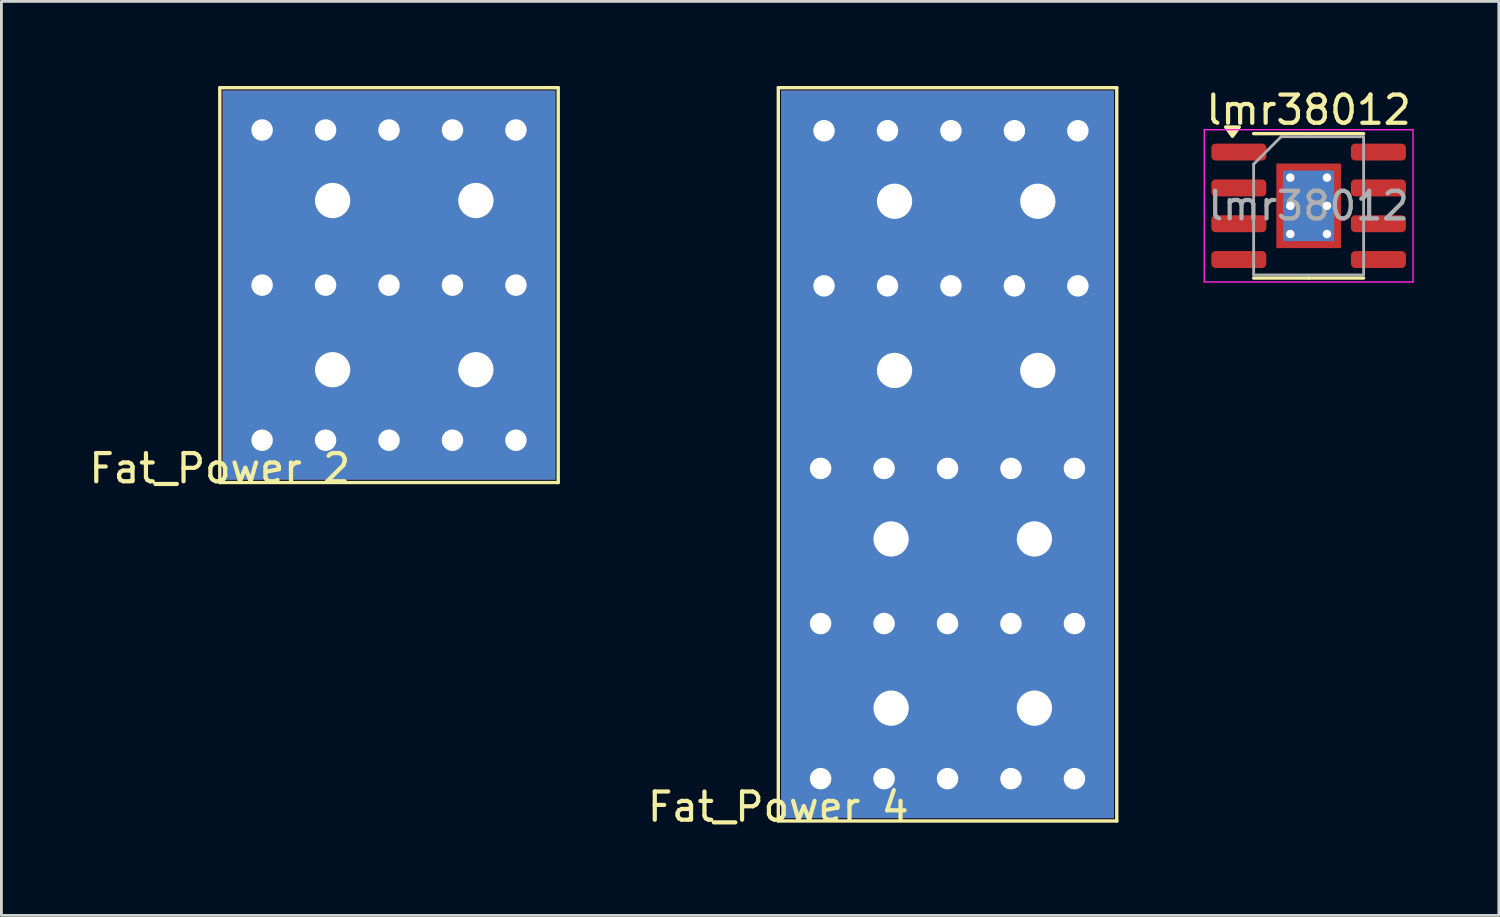
<source format=kicad_pcb>
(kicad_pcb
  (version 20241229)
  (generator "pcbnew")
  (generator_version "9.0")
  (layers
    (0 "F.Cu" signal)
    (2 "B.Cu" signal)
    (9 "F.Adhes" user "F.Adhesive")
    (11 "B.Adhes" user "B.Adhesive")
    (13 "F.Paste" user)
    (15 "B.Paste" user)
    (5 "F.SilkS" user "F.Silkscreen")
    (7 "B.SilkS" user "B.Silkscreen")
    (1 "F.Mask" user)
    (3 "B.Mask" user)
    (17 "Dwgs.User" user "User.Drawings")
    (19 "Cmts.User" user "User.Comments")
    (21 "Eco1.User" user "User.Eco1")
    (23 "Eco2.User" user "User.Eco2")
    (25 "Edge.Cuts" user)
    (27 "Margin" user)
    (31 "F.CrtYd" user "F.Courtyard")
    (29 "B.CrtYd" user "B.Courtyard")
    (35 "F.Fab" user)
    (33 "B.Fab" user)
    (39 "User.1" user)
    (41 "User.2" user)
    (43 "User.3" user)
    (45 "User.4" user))
  (footprint "lmr38012"
    (layer "F.Cu")
    (at 43.352 4.248)
    (property "Reference" "lmr38012" (at 0 -3.4 0) (layer "F.SilkS") (effects (font (size 1 1) (thickness 0.15))))
    (attr smd)
    (fp_line (start 0 -2.56) (end -1.95 -2.56) (stroke (width 0.12) (type solid)) (layer "F.SilkS"))
    (fp_line (start 0 -2.56) (end 1.95 -2.56) (stroke (width 0.12) (type solid)) (layer "F.SilkS"))
    (fp_line (start 0 2.56) (end -1.95 2.56) (stroke (width 0.12) (type solid)) (layer "F.SilkS"))
    (fp_line (start 0 2.56) (end 1.95 2.56) (stroke (width 0.12) (type solid)) (layer "F.SilkS"))
    (fp_poly (pts (xy -2.7 -2.465) (xy -2.94 -2.795) (xy -2.46 -2.795) (xy -2.7 -2.465)) (stroke (width 0.12) (type solid)) (fill yes) (layer "F.SilkS"))
    (fp_line (start -3.7 -2.7) (end -3.7 2.7) (stroke (width 0.05) (type solid)) (layer "F.CrtYd"))
    (fp_line (start -3.7 2.7) (end 3.7 2.7) (stroke (width 0.05) (type solid)) (layer "F.CrtYd"))
    (fp_line (start 3.7 -2.7) (end -3.7 -2.7) (stroke (width 0.05) (type solid)) (layer "F.CrtYd"))
    (fp_line (start 3.7 2.7) (end 3.7 -2.7) (stroke (width 0.05) (type solid)) (layer "F.CrtYd"))
    (fp_line (start -1.95 -1.475) (end -0.975 -2.45) (stroke (width 0.1) (type solid)) (layer "F.Fab"))
    (fp_line (start -1.95 2.45) (end -1.95 -1.475) (stroke (width 0.1) (type solid)) (layer "F.Fab"))
    (fp_line (start -0.975 -2.45) (end 1.95 -2.45) (stroke (width 0.1) (type solid)) (layer "F.Fab"))
    (fp_line (start 1.95 -2.45) (end 1.95 2.45) (stroke (width 0.1) (type solid)) (layer "F.Fab"))
    (fp_line (start 1.95 2.45) (end -1.95 2.45) (stroke (width 0.1) (type solid)) (layer "F.Fab"))
    (fp_text user "${REFERENCE}" (at 0 0 0) (layer "F.Fab") (effects (font (size 0.98 0.98) (thickness 0.15))))
    (pad "" smd roundrect (at -0.57 -0.75) (size 0.96 1.25) (layers "F.Paste") (roundrect_rratio 0.25))
    (pad "" smd roundrect (at -0.57 0.75) (size 0.96 1.25) (layers "F.Paste") (roundrect_rratio 0.25))
    (pad "" smd roundrect (at 0.57 -0.75) (size 0.96 1.25) (layers "F.Paste") (roundrect_rratio 0.25))
    (pad "" smd roundrect (at 0.57 0.75) (size 0.96 1.25) (layers "F.Paste") (roundrect_rratio 0.25))
    (pad "1" smd roundrect (at -2.475 -1.905) (size 1.95 0.6) (layers "F.Cu" "F.Mask" "F.Paste") (roundrect_rratio 0.25))
    (pad "2" smd roundrect (at -2.475 -0.635) (size 1.95 0.6) (layers "F.Cu" "F.Mask" "F.Paste") (roundrect_rratio 0.25))
    (pad "3" smd roundrect (at -2.475 0.635) (size 1.95 0.6) (layers "F.Cu" "F.Mask" "F.Paste") (roundrect_rratio 0.25))
    (pad "4" smd roundrect (at -2.475 1.905) (size 1.95 0.6) (layers "F.Cu" "F.Mask" "F.Paste") (roundrect_rratio 0.25))
    (pad "5" smd roundrect (at 2.475 1.905) (size 1.95 0.6) (layers "F.Cu" "F.Mask" "F.Paste") (roundrect_rratio 0.25))
    (pad "6" smd roundrect (at 2.475 0.635) (size 1.95 0.6) (layers "F.Cu" "F.Mask" "F.Paste") (roundrect_rratio 0.25))
    (pad "7" smd roundrect (at 2.475 -0.635) (size 1.95 0.6) (layers "F.Cu" "F.Mask" "F.Paste") (roundrect_rratio 0.25))
    (pad "8" smd roundrect (at 2.475 -1.905) (size 1.95 0.6) (layers "F.Cu" "F.Mask" "F.Paste") (roundrect_rratio 0.25))
    (pad "9" thru_hole circle (at -0.65 -1) (size 0.5 0.5) (drill 0.3) (property pad_prop_heatsink) (layers "*.Cu"))
    (pad "9" thru_hole circle (at -0.65 0) (size 0.5 0.5) (drill 0.3) (property pad_prop_heatsink) (layers "*.Cu"))
    (pad "9" thru_hole circle (at -0.65 1) (size 0.5 0.5) (drill 0.3) (property pad_prop_heatsink) (layers "*.Cu"))
    (pad "9" smd rect (at 0 0) (size 1.8 2.5) (property pad_prop_heatsink) (layers "B.Cu"))
    (pad "9" smd rect (at 0 0) (size 2.29 3) (property pad_prop_heatsink) (layers "F.Cu" "F.Mask"))
    (pad "9" thru_hole circle (at 0.65 -1) (size 0.5 0.5) (drill 0.3) (property pad_prop_heatsink) (layers "*.Cu"))
    (pad "9" thru_hole circle (at 0.65 0) (size 0.5 0.5) (drill 0.3) (property pad_prop_heatsink) (layers "*.Cu"))
    (pad "9" thru_hole circle (at 0.65 1) (size 0.5 0.5) (drill 0.3) (property pad_prop_heatsink) (layers "*.Cu")))
  (footprint "Fat_Power 2"
    (layer "F.Cu")
    (at 4.744 14.06)
    (property "Reference" "Fat_Power 2" (at 0 -0.5 0) (unlocked yes) (layer "F.SilkS") (effects (font (size 1 1) (thickness 0.15))))
    (attr through_hole)
    (fp_line (start 0 -14) (end 12 -14) (stroke (width 0.12) (type default)) (layer "F.SilkS"))
    (fp_line (start 0 0) (end 0 -14) (stroke (width 0.12) (type default)) (layer "F.SilkS"))
    (fp_line (start 12 -14) (end 12 0) (stroke (width 0.12) (type default)) (layer "F.SilkS"))
    (fp_line (start 12 0) (end 0 0) (stroke (width 0.12) (type default)) (layer "F.SilkS"))
    (pad "1" thru_hole circle (at 1.5 -12.5) (size 1.524 1.524) (drill 0.762) (layers "*.Cu" "*.Mask"))
    (pad "1" thru_hole circle (at 1.5 -7) (size 1.524 1.524) (drill 0.762) (layers "*.Cu" "*.Mask"))
    (pad "1" thru_hole circle (at 1.5 -1.5) (size 1.524 1.524) (drill 0.762) (layers "*.Cu" "*.Mask"))
    (pad "1" thru_hole circle (at 3.75 -12.5) (size 1.524 1.524) (drill 0.762) (layers "*.Cu" "*.Mask"))
    (pad "1" thru_hole circle (at 3.75 -7) (size 1.524 1.524) (drill 0.762) (layers "*.Cu" "*.Mask"))
    (pad "1" thru_hole circle (at 3.75 -1.5) (size 1.524 1.524) (drill 0.762) (layers "*.Cu" "*.Mask"))
    (pad "1" thru_hole circle (at 4 -10) (size 2.5 2.5) (drill 1.25) (layers "*.Cu" "*.Mask"))
    (pad "1" thru_hole circle (at 4 -4) (size 2.5 2.5) (drill 1.25) (layers "*.Cu" "*.Mask"))
    (pad "1" thru_hole circle (at 6 -12.5) (size 1.524 1.524) (drill 0.762) (layers "*.Cu" "*.Mask"))
    (pad "1" thru_hole circle (at 6 -7) (size 1.524 1.524) (drill 0.762) (layers "*.Cu" "*.Mask"))
    (pad "1" smd rect (at 6 -7) (size 11.8 13.8) (layers "F.Cu" "F.Mask"))
    (pad "1" smd rect (at 6 -7) (size 11.8 13.8) (layers "B.Cu"))
    (pad "1" thru_hole circle (at 6 -1.5) (size 1.524 1.524) (drill 0.762) (layers "*.Cu" "*.Mask"))
    (pad "1" thru_hole circle (at 8.25 -12.5) (size 1.524 1.524) (drill 0.762) (layers "*.Cu" "*.Mask"))
    (pad "1" thru_hole circle (at 8.25 -7) (size 1.524 1.524) (drill 0.762) (layers "*.Cu" "*.Mask"))
    (pad "1" thru_hole circle (at 8.25 -1.5) (size 1.524 1.524) (drill 0.762) (layers "*.Cu" "*.Mask"))
    (pad "1" thru_hole circle (at 9.08 -10) (size 2.5 2.5) (drill 1.25) (layers "*.Cu" "*.Mask"))
    (pad "1" thru_hole circle (at 9.08 -4) (size 2.5 2.5) (drill 1.25) (layers "*.Cu" "*.Mask"))
    (pad "1" thru_hole circle (at 10.5 -12.5) (size 1.524 1.524) (drill 0.762) (layers "*.Cu" "*.Mask"))
    (pad "1" thru_hole circle (at 10.5 -7) (size 1.524 1.524) (drill 0.762) (layers "*.Cu" "*.Mask"))
    (pad "1" thru_hole circle (at 10.5 -1.5) (size 1.524 1.524) (drill 0.762) (layers "*.Cu" "*.Mask")))
  (footprint "Fat_Power 4"
    (layer "F.Cu")
    (at 24.548 26.06)
    (property "Reference" "Fat_Power 4" (at 0 -0.5 0) (unlocked yes) (layer "F.SilkS") (effects (font (size 1 1) (thickness 0.15))))
    (attr through_hole)
    (fp_line (start 0 -26) (end 12 -26) (stroke (width 0.12) (type default)) (layer "F.SilkS"))
    (fp_line (start 0 0) (end 0 -26) (stroke (width 0.12) (type default)) (layer "F.SilkS"))
    (fp_line (start 12 -26) (end 12 0) (stroke (width 0.12) (type default)) (layer "F.SilkS"))
    (fp_line (start 12 0) (end 0 0) (stroke (width 0.12) (type default)) (layer "F.SilkS"))
    (pad "1" thru_hole circle (at 1.5 -12.5) (size 1.524 1.524) (drill 0.762) (layers "*.Cu" "*.Mask"))
    (pad "1" thru_hole circle (at 1.5 -7) (size 1.524 1.524) (drill 0.762) (layers "*.Cu" "*.Mask"))
    (pad "1" thru_hole circle (at 1.5 -1.5) (size 1.524 1.524) (drill 0.762) (layers "*.Cu" "*.Mask"))
    (pad "1" thru_hole circle (at 1.621 -24.474) (size 1.524 1.524) (drill 0.762) (layers "*.Cu" "*.Mask"))
    (pad "1" thru_hole circle (at 1.621 -18.974) (size 1.524 1.524) (drill 0.762) (layers "*.Cu" "*.Mask"))
    (pad "1" thru_hole circle (at 3.75 -12.5) (size 1.524 1.524) (drill 0.762) (layers "*.Cu" "*.Mask"))
    (pad "1" thru_hole circle (at 3.75 -7) (size 1.524 1.524) (drill 0.762) (layers "*.Cu" "*.Mask"))
    (pad "1" thru_hole circle (at 3.75 -1.5) (size 1.524 1.524) (drill 0.762) (layers "*.Cu" "*.Mask"))
    (pad "1" thru_hole circle (at 3.871 -24.474) (size 1.524 1.524) (drill 0.762) (layers "*.Cu" "*.Mask"))
    (pad "1" thru_hole circle (at 3.871 -18.974) (size 1.524 1.524) (drill 0.762) (layers "*.Cu" "*.Mask"))
    (pad "1" thru_hole circle (at 4 -10) (size 2.5 2.5) (drill 1.25) (layers "*.Cu" "*.Mask"))
    (pad "1" thru_hole circle (at 4 -4) (size 2.5 2.5) (drill 1.25) (layers "*.Cu" "*.Mask"))
    (pad "1" thru_hole circle (at 4.121 -21.974) (size 2.5 2.5) (drill 1.25) (layers "*.Cu" "*.Mask"))
    (pad "1" thru_hole circle (at 4.121 -15.974) (size 2.5 2.5) (drill 1.25) (layers "*.Cu" "*.Mask"))
    (pad "1" smd rect (at 6 -13) (size 11.8 25.8) (layers "F.Cu" "F.Mask"))
    (pad "1" smd rect (at 6 -13) (size 11.8 25.8) (layers "B.Cu"))
    (pad "1" thru_hole circle (at 6 -12.5) (size 1.524 1.524) (drill 0.762) (layers "*.Cu" "*.Mask"))
    (pad "1" thru_hole circle (at 6 -7) (size 1.524 1.524) (drill 0.762) (layers "*.Cu" "*.Mask"))
    (pad "1" thru_hole circle (at 6 -1.5) (size 1.524 1.524) (drill 0.762) (layers "*.Cu" "*.Mask"))
    (pad "1" thru_hole circle (at 6.121 -24.474) (size 1.524 1.524) (drill 0.762) (layers "*.Cu" "*.Mask"))
    (pad "1" thru_hole circle (at 6.121 -18.974) (size 1.524 1.524) (drill 0.762) (layers "*.Cu" "*.Mask"))
    (pad "1" thru_hole circle (at 8.25 -12.5) (size 1.524 1.524) (drill 0.762) (layers "*.Cu" "*.Mask"))
    (pad "1" thru_hole circle (at 8.25 -7) (size 1.524 1.524) (drill 0.762) (layers "*.Cu" "*.Mask"))
    (pad "1" thru_hole circle (at 8.25 -1.5) (size 1.524 1.524) (drill 0.762) (layers "*.Cu" "*.Mask"))
    (pad "1" thru_hole circle (at 8.371 -24.474) (size 1.524 1.524) (drill 0.762) (layers "*.Cu" "*.Mask"))
    (pad "1" thru_hole circle (at 8.371 -18.974) (size 1.524 1.524) (drill 0.762) (layers "*.Cu" "*.Mask"))
    (pad "1" thru_hole circle (at 9.08 -10) (size 2.5 2.5) (drill 1.25) (layers "*.Cu" "*.Mask"))
    (pad "1" thru_hole circle (at 9.08 -4) (size 2.5 2.5) (drill 1.25) (layers "*.Cu" "*.Mask"))
    (pad "1" thru_hole circle (at 9.201 -21.974) (size 2.5 2.5) (drill 1.25) (layers "*.Cu" "*.Mask"))
    (pad "1" thru_hole circle (at 9.201 -15.974) (size 2.5 2.5) (drill 1.25) (layers "*.Cu" "*.Mask"))
    (pad "1" thru_hole circle (at 10.5 -12.5) (size 1.524 1.524) (drill 0.762) (layers "*.Cu" "*.Mask"))
    (pad "1" thru_hole circle (at 10.5 -7) (size 1.524 1.524) (drill 0.762) (layers "*.Cu" "*.Mask"))
    (pad "1" thru_hole circle (at 10.5 -1.5) (size 1.524 1.524) (drill 0.762) (layers "*.Cu" "*.Mask"))
    (pad "1" thru_hole circle (at 10.621 -24.474) (size 1.524 1.524) (drill 0.762) (layers "*.Cu" "*.Mask"))
    (pad "1" thru_hole circle (at 10.621 -18.974) (size 1.524 1.524) (drill 0.762) (layers "*.Cu" "*.Mask")))
  (gr_rect
    (start -3 -3)
    (end 50.096 29.408)
    (stroke (width 0.1) (type default))
    (fill no)
    (layer "Edge.Cuts")))
</source>
